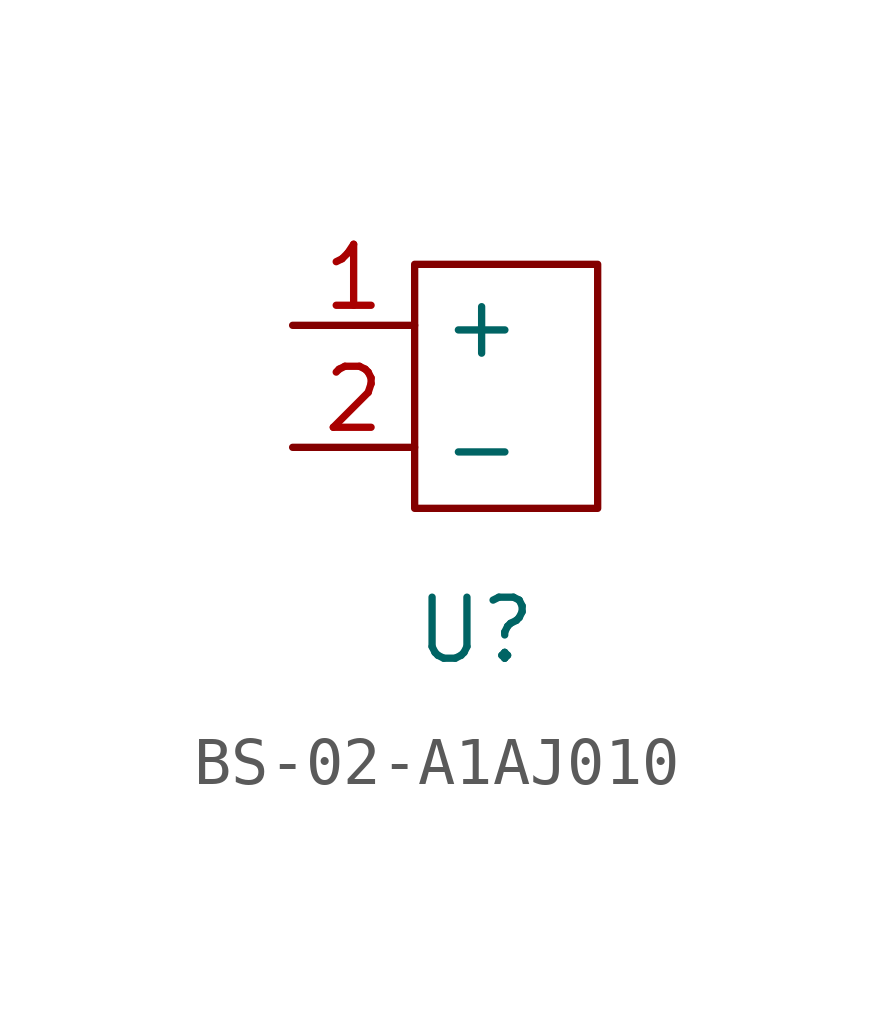
<source format=kicad_sym>
(kicad_symbol_lib
  (version 20230620)
  (generator kicad_symbol_editor)
  (symbol "BS-02-A1AJ010"
    (property "Reference" "U"
      (at 0 0 0)
      (effects (font (size 1.27 1.27))))
    (property "Value" ""
      (at 0 0 0)
      (effects (font (size 1.27 1.27))))
    (symbol "BS-02-A1AJ010_0_1"
      (rectangle (start -1.27 7.62) (end 2.54 2.54) (stroke (width 0) (type default)) (fill (type none))))
    (symbol "BS-02-A1AJ010_1_1"
      (pin passive line (at -3.81 6.35 0) (length 2.54) (name "+" (effects (font (size 1.27 1.27)))) (number "1" (effects (font (size 1.27 1.27)))))
      (pin passive line (at -3.81 3.81 0) (length 2.54) (name "-" (effects (font (size 1.27 1.27)))) (number "2" (effects (font (size 1.27 1.27))))))))
</source>
